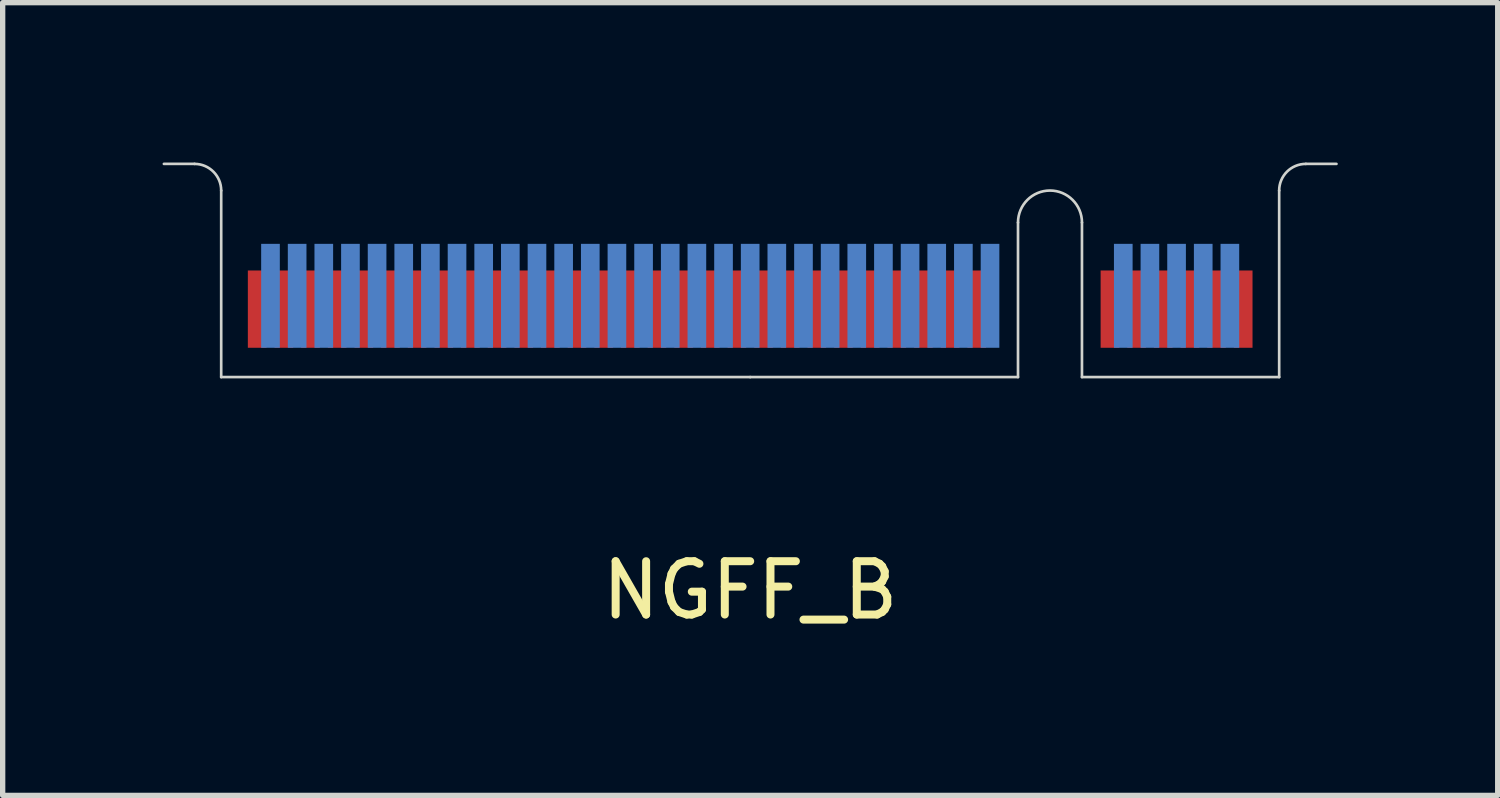
<source format=kicad_pcb>
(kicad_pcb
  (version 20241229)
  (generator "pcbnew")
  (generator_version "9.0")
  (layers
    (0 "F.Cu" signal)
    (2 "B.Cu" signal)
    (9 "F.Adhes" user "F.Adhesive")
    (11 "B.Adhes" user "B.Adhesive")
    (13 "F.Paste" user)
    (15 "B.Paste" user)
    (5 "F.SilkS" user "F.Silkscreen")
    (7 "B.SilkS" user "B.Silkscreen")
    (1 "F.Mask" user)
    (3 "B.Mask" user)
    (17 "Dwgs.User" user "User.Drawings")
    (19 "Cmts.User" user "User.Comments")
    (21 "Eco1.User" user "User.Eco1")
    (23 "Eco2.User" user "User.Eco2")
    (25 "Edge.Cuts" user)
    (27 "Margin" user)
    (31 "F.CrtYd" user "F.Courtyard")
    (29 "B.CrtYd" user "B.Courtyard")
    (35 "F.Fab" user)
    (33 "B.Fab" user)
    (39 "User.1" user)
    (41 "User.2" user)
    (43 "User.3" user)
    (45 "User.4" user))
  (footprint "NGFF_B"
    (layer "F.Cu")
    (at 11.025 4.025)
    (property "Reference" "NGFF_B" (at 0 4 0) (layer "F.SilkS") (effects (font (size 1 1) (thickness 0.15))))
    (attr through_hole)
    (fp_poly (pts (xy -9.925 0) (xy 5.025 0) (xy 5.025 -2) (xy -9.925 -2)) (stroke (width 0.1) (type solid)) (fill yes) (layer "F.Mask"))
    (fp_poly (pts (xy 6.225 0) (xy 9.925 0) (xy 9.925 -2) (xy 6.225 -2)) (stroke (width 0.1) (type solid)) (fill yes) (layer "F.Mask"))
    (fp_poly (pts (xy -9.925 0) (xy 5.025 0) (xy 5.025 -2.5) (xy -9.925 -2.5)) (stroke (width 0.1) (type solid)) (fill yes) (layer "B.Mask"))
    (fp_poly (pts (xy 6.225 0) (xy 9.925 0) (xy 9.925 -2.5) (xy 6.225 -2.5)) (stroke (width 0.1) (type solid)) (fill yes) (layer "B.Mask"))
    (fp_line (start -11 -4) (end -10.425 -4) (stroke (width 0.05) (type solid)) (layer "Edge.Cuts"))
    (fp_line (start -9.925 -3.5) (end -9.925 0) (stroke (width 0.05) (type solid)) (layer "Edge.Cuts"))
    (fp_line (start -9.925 0) (end 0 0) (stroke (width 0.05) (type solid)) (layer "Edge.Cuts"))
    (fp_line (start 0 0) (end 5.025 0) (stroke (width 0.05) (type solid)) (layer "Edge.Cuts"))
    (fp_line (start 5.025 0) (end 5.025 -2.9) (stroke (width 0.05) (type solid)) (layer "Edge.Cuts"))
    (fp_line (start 6.225 -2.9) (end 6.225 0) (stroke (width 0.05) (type solid)) (layer "Edge.Cuts"))
    (fp_line (start 6.225 0) (end 9.925 0) (stroke (width 0.05) (type solid)) (layer "Edge.Cuts"))
    (fp_line (start 9.925 0) (end 9.925 -3.5) (stroke (width 0.05) (type solid)) (layer "Edge.Cuts"))
    (fp_line (start 10.425 -4) (end 11 -4) (stroke (width 0.05) (type solid)) (layer "Edge.Cuts"))
    (fp_arc (start -10.425 -4) (mid -10.071447 -3.853553) (end -9.925 -3.5) (stroke (width 0.05) (type solid)) (layer "Edge.Cuts"))
    (fp_arc (start 5.025 -2.9) (mid 5.625 -3.5) (end 6.225 -2.9) (stroke (width 0.05) (type solid)) (layer "Edge.Cuts"))
    (fp_arc (start 9.925 -3.5) (mid 10.071447 -3.853553) (end 10.425 -4) (stroke (width 0.05) (type solid)) (layer "Edge.Cuts"))
    (pad "1" smd rect (at 9.25 -1.275) (size 0.35 1.45) (layers "F.Cu"))
    (pad "2" smd rect (at 9 -1.525) (size 0.35 1.95) (layers "B.Cu"))
    (pad "3" smd rect (at 8.75 -1.275) (size 0.35 1.45) (layers "F.Cu"))
    (pad "4" smd rect (at 8.5 -1.525) (size 0.35 1.95) (layers "B.Cu"))
    (pad "5" smd rect (at 8.25 -1.275) (size 0.35 1.45) (layers "F.Cu"))
    (pad "6" smd rect (at 8 -1.525) (size 0.35 1.95) (layers "B.Cu"))
    (pad "7" smd rect (at 7.75 -1.275) (size 0.35 1.45) (layers "F.Cu"))
    (pad "8" smd rect (at 7.5 -1.525) (size 0.35 1.95) (layers "B.Cu"))
    (pad "9" smd rect (at 7.25 -1.275) (size 0.35 1.45) (layers "F.Cu"))
    (pad "10" smd rect (at 7 -1.525) (size 0.35 1.95) (layers "B.Cu"))
    (pad "11" smd rect (at 6.75 -1.275) (size 0.35 1.45) (layers "F.Cu"))
    (pad "20" smd rect (at 4.5 -1.525) (size 0.35 1.95) (layers "B.Cu"))
    (pad "21" smd rect (at 4.25 -1.275) (size 0.35 1.45) (layers "F.Cu"))
    (pad "22" smd rect (at 4 -1.525) (size 0.35 1.95) (layers "B.Cu"))
    (pad "23" smd rect (at 3.75 -1.275) (size 0.35 1.45) (layers "F.Cu"))
    (pad "24" smd rect (at 3.5 -1.525) (size 0.35 1.95) (layers "B.Cu"))
    (pad "25" smd rect (at 3.25 -1.275) (size 0.35 1.45) (layers "F.Cu"))
    (pad "26" smd rect (at 3 -1.525) (size 0.35 1.95) (layers "B.Cu"))
    (pad "27" smd rect (at 2.75 -1.275) (size 0.35 1.45) (layers "F.Cu"))
    (pad "28" smd rect (at 2.5 -1.525) (size 0.35 1.95) (layers "B.Cu"))
    (pad "29" smd rect (at 2.25 -1.275) (size 0.35 1.45) (layers "F.Cu"))
    (pad "30" smd rect (at 2 -1.525) (size 0.35 1.95) (layers "B.Cu"))
    (pad "31" smd rect (at 1.75 -1.275) (size 0.35 1.45) (layers "F.Cu"))
    (pad "32" smd rect (at 1.5 -1.525) (size 0.35 1.95) (layers "B.Cu"))
    (pad "33" smd rect (at 1.25 -1.275) (size 0.35 1.45) (layers "F.Cu"))
    (pad "34" smd rect (at 1 -1.525) (size 0.35 1.95) (layers "B.Cu"))
    (pad "35" smd rect (at 0.75 -1.275) (size 0.35 1.45) (layers "F.Cu"))
    (pad "36" smd rect (at 0.5 -1.525) (size 0.35 1.95) (layers "B.Cu"))
    (pad "37" smd rect (at 0.25 -1.275) (size 0.35 1.45) (layers "F.Cu"))
    (pad "38" smd rect (at 0 -1.525) (size 0.35 1.95) (layers "B.Cu"))
    (pad "39" smd rect (at -0.25 -1.275) (size 0.35 1.45) (layers "F.Cu"))
    (pad "40" smd rect (at -0.5 -1.525) (size 0.35 1.95) (layers "B.Cu"))
    (pad "41" smd rect (at -0.75 -1.275) (size 0.35 1.45) (layers "F.Cu"))
    (pad "42" smd rect (at -1 -1.525) (size 0.35 1.95) (layers "B.Cu"))
    (pad "43" smd rect (at -1.25 -1.275) (size 0.35 1.45) (layers "F.Cu"))
    (pad "44" smd rect (at -1.5 -1.525) (size 0.35 1.95) (layers "B.Cu"))
    (pad "45" smd rect (at -1.75 -1.275) (size 0.35 1.45) (layers "F.Cu"))
    (pad "46" smd rect (at -2 -1.525) (size 0.35 1.95) (layers "B.Cu"))
    (pad "47" smd rect (at -2.25 -1.275) (size 0.35 1.45) (layers "F.Cu"))
    (pad "48" smd rect (at -2.5 -1.525) (size 0.35 1.95) (layers "B.Cu"))
    (pad "49" smd rect (at -2.75 -1.275) (size 0.35 1.45) (layers "F.Cu"))
    (pad "50" smd rect (at -3 -1.525) (size 0.35 1.95) (layers "B.Cu"))
    (pad "51" smd rect (at -3.25 -1.275) (size 0.35 1.45) (layers "F.Cu"))
    (pad "52" smd rect (at -3.5 -1.525) (size 0.35 1.95) (layers "B.Cu"))
    (pad "53" smd rect (at -3.75 -1.275) (size 0.35 1.45) (layers "F.Cu"))
    (pad "54" smd rect (at -4 -1.525) (size 0.35 1.95) (layers "B.Cu"))
    (pad "55" smd rect (at -4.25 -1.275) (size 0.35 1.45) (layers "F.Cu"))
    (pad "56" smd rect (at -4.5 -1.525) (size 0.35 1.95) (layers "B.Cu"))
    (pad "57" smd rect (at -4.75 -1.275) (size 0.35 1.45) (layers "F.Cu"))
    (pad "58" smd rect (at -5 -1.525) (size 0.35 1.95) (layers "B.Cu"))
    (pad "59" smd rect (at -5.25 -1.275) (size 0.35 1.45) (layers "F.Cu"))
    (pad "60" smd rect (at -5.5 -1.525) (size 0.35 1.95) (layers "B.Cu"))
    (pad "61" smd rect (at -5.75 -1.275) (size 0.35 1.45) (layers "F.Cu"))
    (pad "62" smd rect (at -6 -1.525) (size 0.35 1.95) (layers "B.Cu"))
    (pad "63" smd rect (at -6.25 -1.275) (size 0.35 1.45) (layers "F.Cu"))
    (pad "64" smd rect (at -6.5 -1.525) (size 0.35 1.95) (layers "B.Cu"))
    (pad "65" smd rect (at -6.75 -1.275) (size 0.35 1.45) (layers "F.Cu"))
    (pad "66" smd rect (at -7 -1.525) (size 0.35 1.95) (layers "B.Cu"))
    (pad "67" smd rect (at -7.25 -1.275) (size 0.35 1.45) (layers "F.Cu"))
    (pad "68" smd rect (at -7.5 -1.525) (size 0.35 1.95) (layers "B.Cu"))
    (pad "69" smd rect (at -7.75 -1.275) (size 0.35 1.45) (layers "F.Cu"))
    (pad "70" smd rect (at -8 -1.525) (size 0.35 1.95) (layers "B.Cu"))
    (pad "71" smd rect (at -8.25 -1.275) (size 0.35 1.45) (layers "F.Cu"))
    (pad "72" smd rect (at -8.5 -1.525) (size 0.35 1.95) (layers "B.Cu"))
    (pad "73" smd rect (at -8.75 -1.275) (size 0.35 1.45) (layers "F.Cu"))
    (pad "74" smd rect (at -9 -1.525) (size 0.35 1.95) (layers "B.Cu"))
    (pad "75" smd rect (at -9.25 -1.275) (size 0.35 1.45) (layers "F.Cu")))
  (gr_rect
    (start -3 -3)
    (end 25.05 11.873)
    (stroke (width 0.1) (type default))
    (fill no)
    (layer "Edge.Cuts")))
</source>
